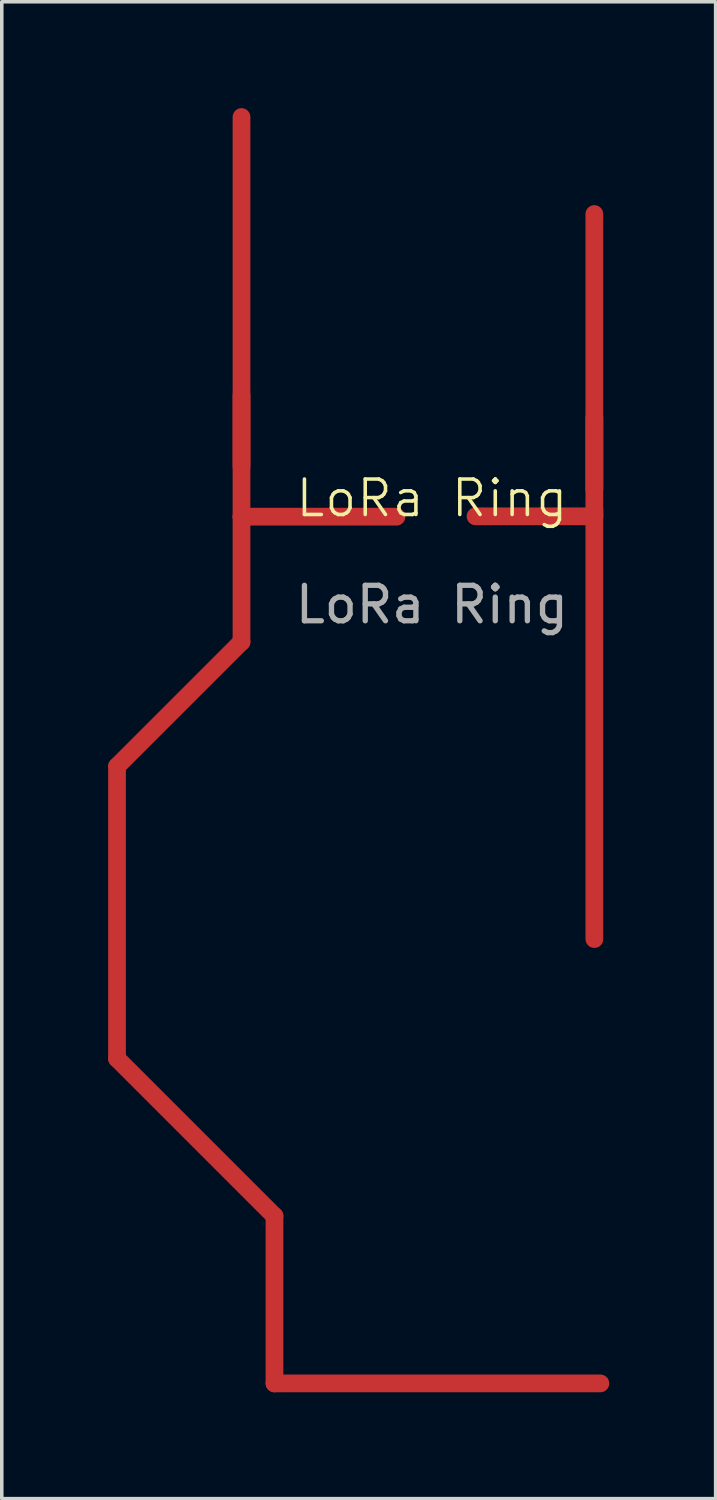
<source format=kicad_pcb>
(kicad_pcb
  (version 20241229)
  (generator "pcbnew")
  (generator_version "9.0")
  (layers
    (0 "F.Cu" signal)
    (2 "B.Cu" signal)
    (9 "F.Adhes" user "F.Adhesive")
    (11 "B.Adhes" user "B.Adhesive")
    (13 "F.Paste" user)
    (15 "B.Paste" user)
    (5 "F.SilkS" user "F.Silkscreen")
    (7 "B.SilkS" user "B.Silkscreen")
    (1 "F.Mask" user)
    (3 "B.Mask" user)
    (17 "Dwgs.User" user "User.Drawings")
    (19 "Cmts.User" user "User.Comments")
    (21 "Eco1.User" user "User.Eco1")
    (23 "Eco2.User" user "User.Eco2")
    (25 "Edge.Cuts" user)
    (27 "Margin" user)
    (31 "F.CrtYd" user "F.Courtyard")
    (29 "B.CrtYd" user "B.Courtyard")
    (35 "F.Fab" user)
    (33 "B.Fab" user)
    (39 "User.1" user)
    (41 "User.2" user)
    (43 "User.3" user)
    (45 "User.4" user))
  (footprint "LoRa Ring"
    (layer "F.Cu")
    (at 9.13 11.5)
    (property "Reference" "LoRa Ring" (at 0 -0.5 0) (unlocked yes) (layer "F.SilkS") (effects (font (size 1 1) (thickness 0.1))))
    (attr smd)
    (fp_line (start -8.88 7.06) (end -8.88 15.3) (stroke (width 0.5) (type default)) (layer "F.Cu"))
    (fp_line (start -8.88 15.3) (end -4.44 19.74) (stroke (width 0.5) (type default)) (layer "F.Cu"))
    (fp_line (start -5.37 -11.25) (end -5.37 0.02) (stroke (width 0.5) (type default)) (layer "F.Cu"))
    (fp_line (start -5.37 0.02) (end -5.37 3.55) (stroke (width 0.5) (type default)) (layer "F.Cu"))
    (fp_line (start -5.37 0.02) (end -1 0.02) (stroke (width 0.5) (type default)) (layer "F.Cu"))
    (fp_line (start -5.37 3.55) (end -8.88 7.06) (stroke (width 0.5) (type default)) (layer "F.Cu"))
    (fp_line (start -4.44 19.74) (end -4.44 24.46) (stroke (width 0.5) (type default)) (layer "F.Cu"))
    (fp_line (start -4.44 24.46) (end 4.75 24.46) (stroke (width 0.5) (type default)) (layer "F.Cu"))
    (fp_line (start 4.58 -8.515) (end 4.58 0.01) (stroke (width 0.5) (type default)) (layer "F.Cu"))
    (fp_line (start 4.58 -0.18) (end 4.58 11.93) (stroke (width 0.5) (type default)) (layer "F.Cu"))
    (fp_line (start 4.58 0.01) (end 1.23 0.01) (stroke (width 0.5) (type default)) (layer "F.Cu"))
    (fp_text user "${REFERENCE}" (at 0 2.5 0) (unlocked yes) (layer "F.Fab") (effects (font (size 1 1) (thickness 0.15))))
    (pad "1" smd roundrect (at -5.37 -2.4 90) (size 2.303 0.5) (layers "F.Cu" "F.Mask" "F.Paste") (roundrect_rratio 0.25))
    (pad "1" smd roundrect (at 4.58 -1.758 90) (size 2.303 0.5) (layers "F.Cu" "F.Mask" "F.Paste") (roundrect_rratio 0.25)))
  (gr_rect
    (start -3 -3)
    (end 17.13 39.21)
    (stroke (width 0.1) (type default))
    (fill no)
    (layer "Edge.Cuts")))
</source>
